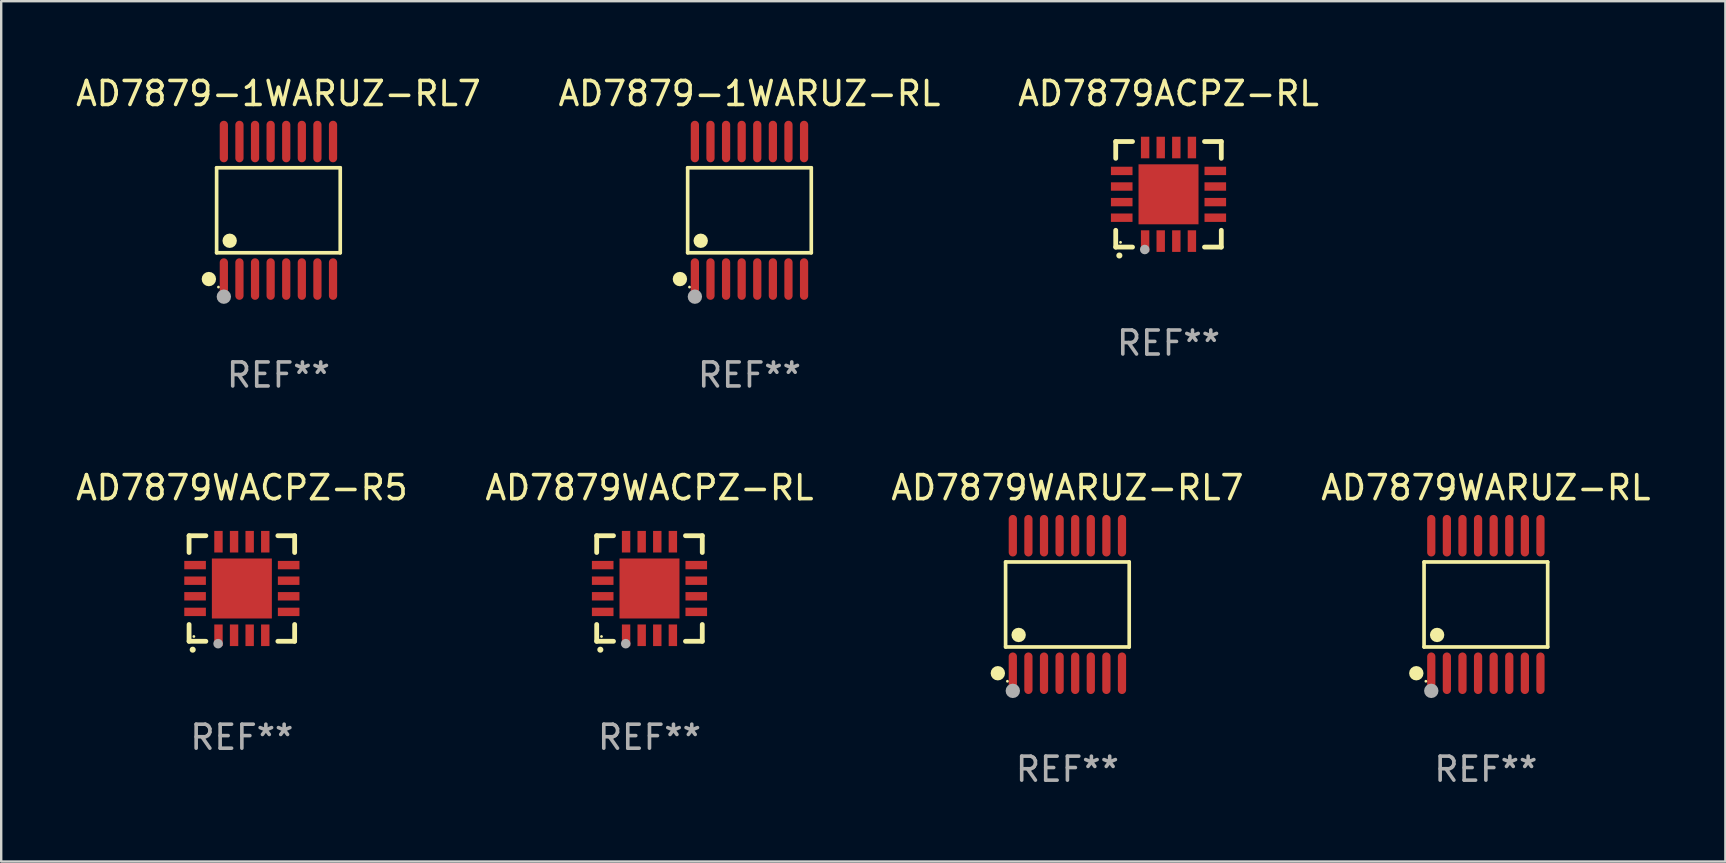
<source format=kicad_pcb>
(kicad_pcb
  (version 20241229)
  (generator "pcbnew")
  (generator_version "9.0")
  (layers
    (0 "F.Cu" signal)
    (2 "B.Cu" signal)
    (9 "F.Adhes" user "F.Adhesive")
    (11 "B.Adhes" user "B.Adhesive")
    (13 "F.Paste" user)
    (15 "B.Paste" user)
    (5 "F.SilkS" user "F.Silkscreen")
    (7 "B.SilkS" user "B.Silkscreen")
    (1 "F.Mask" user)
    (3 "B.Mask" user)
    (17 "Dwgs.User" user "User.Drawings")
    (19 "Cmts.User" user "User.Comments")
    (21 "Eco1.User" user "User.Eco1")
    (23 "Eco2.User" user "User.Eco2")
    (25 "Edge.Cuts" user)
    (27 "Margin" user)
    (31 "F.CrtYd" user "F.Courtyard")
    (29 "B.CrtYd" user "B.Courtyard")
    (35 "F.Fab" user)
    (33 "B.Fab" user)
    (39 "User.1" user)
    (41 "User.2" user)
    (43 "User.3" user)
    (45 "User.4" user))
  (footprint "AD7879-1WARUZ-RL"
    (layer "F.Cu")
    (at 28.185 5.714)
    (property "Reference" "AD7879-1WARUZ-RL" (at 0 -4.866 0) (layer "F.SilkS") (effects (font (size 1 1) (thickness 0.15))))
    (attr through_hole)
    (fp_line (start -2.576 -1.772) (end 2.576 -1.772) (stroke (width 0.152) (type solid)) (layer "F.SilkS"))
    (fp_line (start -2.576 1.771) (end -2.576 -1.772) (stroke (width 0.152) (type solid)) (layer "F.SilkS"))
    (fp_line (start 2.576 -1.772) (end 2.576 1.771) (stroke (width 0.152) (type solid)) (layer "F.SilkS"))
    (fp_line (start 2.576 1.771) (end -2.576 1.771) (stroke (width 0.152) (type solid)) (layer "F.SilkS"))
    (fp_circle (center -2.899 2.866) (end -2.749 2.866) (stroke (width 0.3) (type solid)) (fill no) (layer "F.SilkS"))
    (fp_circle (center -2.5 3.2) (end -2.47 3.2) (stroke (width 0.06) (type solid)) (fill no) (layer "F.SilkS"))
    (fp_circle (center -2.032 1.27) (end -1.882 1.27) (stroke (width 0.3) (type solid)) (fill no) (layer "F.SilkS"))
    (fp_circle (center -2.275 3.6) (end -2.125 3.6) (stroke (width 0.3) (type solid)) (fill no) (layer "F.Fab"))
    (fp_text user "REF**" (at 0 6.866 0) (layer "F.Fab") (effects (font (size 1 1) (thickness 0.15))))
    (pad "1" smd oval (at -2.275 2.866) (size 0.343 1.731) (layers "F.Cu" "F.Mask" "F.Paste"))
    (pad "2" smd oval (at -1.625 2.866) (size 0.343 1.731) (layers "F.Cu" "F.Mask" "F.Paste"))
    (pad "3" smd oval (at -0.975 2.866) (size 0.343 1.731) (layers "F.Cu" "F.Mask" "F.Paste"))
    (pad "4" smd oval (at -0.325 2.866) (size 0.343 1.731) (layers "F.Cu" "F.Mask" "F.Paste"))
    (pad "5" smd oval (at 0.325 2.866) (size 0.343 1.731) (layers "F.Cu" "F.Mask" "F.Paste"))
    (pad "6" smd oval (at 0.975 2.866) (size 0.343 1.731) (layers "F.Cu" "F.Mask" "F.Paste"))
    (pad "7" smd oval (at 1.625 2.866) (size 0.343 1.731) (layers "F.Cu" "F.Mask" "F.Paste"))
    (pad "8" smd oval (at 2.275 2.866) (size 0.343 1.731) (layers "F.Cu" "F.Mask" "F.Paste"))
    (pad "9" smd oval (at 2.275 -2.866) (size 0.343 1.731) (layers "F.Cu" "F.Mask" "F.Paste"))
    (pad "10" smd oval (at 1.625 -2.866) (size 0.343 1.731) (layers "F.Cu" "F.Mask" "F.Paste"))
    (pad "11" smd oval (at 0.975 -2.866) (size 0.343 1.731) (layers "F.Cu" "F.Mask" "F.Paste"))
    (pad "12" smd oval (at 0.325 -2.866) (size 0.343 1.731) (layers "F.Cu" "F.Mask" "F.Paste"))
    (pad "13" smd oval (at -0.325 -2.866) (size 0.343 1.731) (layers "F.Cu" "F.Mask" "F.Paste"))
    (pad "14" smd oval (at -0.975 -2.866) (size 0.343 1.731) (layers "F.Cu" "F.Mask" "F.Paste"))
    (pad "15" smd oval (at -1.625 -2.866) (size 0.343 1.731) (layers "F.Cu" "F.Mask" "F.Paste"))
    (pad "16" smd oval (at -2.275 -2.866) (size 0.343 1.731) (layers "F.Cu" "F.Mask" "F.Paste")))
  (footprint "AD7879WACPZ-R5"
    (layer "F.Cu")
    (at 7.03 21.476)
    (property "Reference" "AD7879WACPZ-R5" (at 0 -4.2 0) (layer "F.SilkS") (effects (font (size 1 1) (thickness 0.15))))
    (attr through_hole)
    (fp_line (start -2.2 -2.2) (end -1.5 -2.2) (stroke (width 0.2) (type solid)) (layer "F.SilkS"))
    (fp_line (start -2.2 -1.5) (end -2.2 -2.2) (stroke (width 0.2) (type solid)) (layer "F.SilkS"))
    (fp_line (start -2.2 2.2) (end -2.2 1.5) (stroke (width 0.2) (type solid)) (layer "F.SilkS"))
    (fp_line (start -1.5 2.2) (end -2.2 2.2) (stroke (width 0.2) (type solid)) (layer "F.SilkS"))
    (fp_line (start 1.5 2.2) (end 2.2 2.2) (stroke (width 0.2) (type solid)) (layer "F.SilkS"))
    (fp_line (start 2.2 -2.2) (end 1.5 -2.2) (stroke (width 0.2) (type solid)) (layer "F.SilkS"))
    (fp_line (start 2.2 -1.5) (end 2.2 -2.2) (stroke (width 0.2) (type solid)) (layer "F.SilkS"))
    (fp_line (start 2.2 2.2) (end 2.2 1.5) (stroke (width 0.2) (type solid)) (layer "F.SilkS"))
    (fp_arc (start -2.049784 2.550165) (mid -2.048514 2.550159) (end -2.047244 2.550165) (stroke (width 0.25) (type solid)) (layer "F.SilkS"))
    (fp_circle (center -2 2) (end -1.97 2) (stroke (width 0.06) (type solid)) (fill no) (layer "F.SilkS"))
    (fp_circle (center -0.99 2.3) (end -0.89 2.3) (stroke (width 0.2) (type solid)) (fill no) (layer "F.Fab"))
    (fp_text user "REF**" (at 0 6.2 0) (layer "F.Fab") (effects (font (size 1 1) (thickness 0.15))))
    (pad "1" smd rect (at -0.975 1.95 180) (size 0.35 0.9) (layers "F.Cu" "F.Mask" "F.Paste"))
    (pad "2" smd rect (at -0.325 1.95 180) (size 0.35 0.9) (layers "F.Cu" "F.Mask" "F.Paste"))
    (pad "3" smd rect (at 0.325 1.95 180) (size 0.35 0.9) (layers "F.Cu" "F.Mask" "F.Paste"))
    (pad "4" smd rect (at 0.975 1.95 180) (size 0.35 0.9) (layers "F.Cu" "F.Mask" "F.Paste"))
    (pad "5" smd rect (at 1.95 0.975 90) (size 0.35 0.9) (layers "F.Cu" "F.Mask" "F.Paste"))
    (pad "6" smd rect (at 1.95 0.325 90) (size 0.35 0.9) (layers "F.Cu" "F.Mask" "F.Paste"))
    (pad "7" smd rect (at 1.95 -0.325 90) (size 0.35 0.9) (layers "F.Cu" "F.Mask" "F.Paste"))
    (pad "8" smd rect (at 1.95 -0.975 90) (size 0.35 0.9) (layers "F.Cu" "F.Mask" "F.Paste"))
    (pad "9" smd rect (at 0.975 -1.95 180) (size 0.35 0.9) (layers "F.Cu" "F.Mask" "F.Paste"))
    (pad "10" smd rect (at 0.325 -1.95 180) (size 0.35 0.9) (layers "F.Cu" "F.Mask" "F.Paste"))
    (pad "11" smd rect (at -0.325 -1.95 180) (size 0.35 0.9) (layers "F.Cu" "F.Mask" "F.Paste"))
    (pad "12" smd rect (at -0.975 -1.95 180) (size 0.35 0.9) (layers "F.Cu" "F.Mask" "F.Paste"))
    (pad "13" smd rect (at -1.95 -0.975 90) (size 0.35 0.9) (layers "F.Cu" "F.Mask" "F.Paste"))
    (pad "14" smd rect (at -1.95 -0.325 90) (size 0.35 0.9) (layers "F.Cu" "F.Mask" "F.Paste"))
    (pad "15" smd rect (at -1.95 0.325 90) (size 0.35 0.9) (layers "F.Cu" "F.Mask" "F.Paste"))
    (pad "16" smd rect (at -1.95 0.975 90) (size 0.35 0.9) (layers "F.Cu" "F.Mask" "F.Paste"))
    (pad "17" smd rect (at 0.000051 0.000051 90) (size 2.5 2.5) (layers "F.Cu" "F.Mask" "F.Paste")))
  (footprint "AD7879WARUZ-RL7"
    (layer "F.Cu")
    (at 41.435 22.142)
    (property "Reference" "AD7879WARUZ-RL7" (at 0 -4.866 0) (layer "F.SilkS") (effects (font (size 1 1) (thickness 0.15))))
    (attr through_hole)
    (fp_line (start -2.576 -1.772) (end 2.576 -1.772) (stroke (width 0.152) (type solid)) (layer "F.SilkS"))
    (fp_line (start -2.576 1.771) (end -2.576 -1.772) (stroke (width 0.152) (type solid)) (layer "F.SilkS"))
    (fp_line (start 2.576 -1.772) (end 2.576 1.771) (stroke (width 0.152) (type solid)) (layer "F.SilkS"))
    (fp_line (start 2.576 1.771) (end -2.576 1.771) (stroke (width 0.152) (type solid)) (layer "F.SilkS"))
    (fp_circle (center -2.899 2.866) (end -2.749 2.866) (stroke (width 0.3) (type solid)) (fill no) (layer "F.SilkS"))
    (fp_circle (center -2.5 3.2) (end -2.47 3.2) (stroke (width 0.06) (type solid)) (fill no) (layer "F.SilkS"))
    (fp_circle (center -2.032 1.27) (end -1.882 1.27) (stroke (width 0.3) (type solid)) (fill no) (layer "F.SilkS"))
    (fp_circle (center -2.275 3.6) (end -2.125 3.6) (stroke (width 0.3) (type solid)) (fill no) (layer "F.Fab"))
    (fp_text user "REF**" (at 0 6.866 0) (layer "F.Fab") (effects (font (size 1 1) (thickness 0.15))))
    (pad "1" smd oval (at -2.275 2.866) (size 0.343 1.731) (layers "F.Cu" "F.Mask" "F.Paste"))
    (pad "2" smd oval (at -1.625 2.866) (size 0.343 1.731) (layers "F.Cu" "F.Mask" "F.Paste"))
    (pad "3" smd oval (at -0.975 2.866) (size 0.343 1.731) (layers "F.Cu" "F.Mask" "F.Paste"))
    (pad "4" smd oval (at -0.325 2.866) (size 0.343 1.731) (layers "F.Cu" "F.Mask" "F.Paste"))
    (pad "5" smd oval (at 0.325 2.866) (size 0.343 1.731) (layers "F.Cu" "F.Mask" "F.Paste"))
    (pad "6" smd oval (at 0.975 2.866) (size 0.343 1.731) (layers "F.Cu" "F.Mask" "F.Paste"))
    (pad "7" smd oval (at 1.625 2.866) (size 0.343 1.731) (layers "F.Cu" "F.Mask" "F.Paste"))
    (pad "8" smd oval (at 2.275 2.866) (size 0.343 1.731) (layers "F.Cu" "F.Mask" "F.Paste"))
    (pad "9" smd oval (at 2.275 -2.866) (size 0.343 1.731) (layers "F.Cu" "F.Mask" "F.Paste"))
    (pad "10" smd oval (at 1.625 -2.866) (size 0.343 1.731) (layers "F.Cu" "F.Mask" "F.Paste"))
    (pad "11" smd oval (at 0.975 -2.866) (size 0.343 1.731) (layers "F.Cu" "F.Mask" "F.Paste"))
    (pad "12" smd oval (at 0.325 -2.866) (size 0.343 1.731) (layers "F.Cu" "F.Mask" "F.Paste"))
    (pad "13" smd oval (at -0.325 -2.866) (size 0.343 1.731) (layers "F.Cu" "F.Mask" "F.Paste"))
    (pad "14" smd oval (at -0.975 -2.866) (size 0.343 1.731) (layers "F.Cu" "F.Mask" "F.Paste"))
    (pad "15" smd oval (at -1.625 -2.866) (size 0.343 1.731) (layers "F.Cu" "F.Mask" "F.Paste"))
    (pad "16" smd oval (at -2.275 -2.866) (size 0.343 1.731) (layers "F.Cu" "F.Mask" "F.Paste")))
  (footprint "AD7879ACPZ-RL"
    (layer "F.Cu")
    (at 45.649 5.048)
    (property "Reference" "AD7879ACPZ-RL" (at 0 -4.2 0) (layer "F.SilkS") (effects (font (size 1 1) (thickness 0.15))))
    (attr through_hole)
    (fp_line (start -2.2 -2.2) (end -1.5 -2.2) (stroke (width 0.2) (type solid)) (layer "F.SilkS"))
    (fp_line (start -2.2 -1.5) (end -2.2 -2.2) (stroke (width 0.2) (type solid)) (layer "F.SilkS"))
    (fp_line (start -2.2 2.2) (end -2.2 1.5) (stroke (width 0.2) (type solid)) (layer "F.SilkS"))
    (fp_line (start -1.5 2.2) (end -2.2 2.2) (stroke (width 0.2) (type solid)) (layer "F.SilkS"))
    (fp_line (start 1.5 2.2) (end 2.2 2.2) (stroke (width 0.2) (type solid)) (layer "F.SilkS"))
    (fp_line (start 2.2 -2.2) (end 1.5 -2.2) (stroke (width 0.2) (type solid)) (layer "F.SilkS"))
    (fp_line (start 2.2 -1.5) (end 2.2 -2.2) (stroke (width 0.2) (type solid)) (layer "F.SilkS"))
    (fp_line (start 2.2 2.2) (end 2.2 1.5) (stroke (width 0.2) (type solid)) (layer "F.SilkS"))
    (fp_arc (start -2.049784 2.550165) (mid -2.048514 2.550159) (end -2.047244 2.550165) (stroke (width 0.25) (type solid)) (layer "F.SilkS"))
    (fp_circle (center -2 2) (end -1.97 2) (stroke (width 0.06) (type solid)) (fill no) (layer "F.SilkS"))
    (fp_circle (center -0.99 2.3) (end -0.89 2.3) (stroke (width 0.2) (type solid)) (fill no) (layer "F.Fab"))
    (fp_text user "REF**" (at 0 6.2 0) (layer "F.Fab") (effects (font (size 1 1) (thickness 0.15))))
    (pad "1" smd rect (at -0.975 1.95 180) (size 0.35 0.9) (layers "F.Cu" "F.Mask" "F.Paste"))
    (pad "2" smd rect (at -0.325 1.95 180) (size 0.35 0.9) (layers "F.Cu" "F.Mask" "F.Paste"))
    (pad "3" smd rect (at 0.325 1.95 180) (size 0.35 0.9) (layers "F.Cu" "F.Mask" "F.Paste"))
    (pad "4" smd rect (at 0.975 1.95 180) (size 0.35 0.9) (layers "F.Cu" "F.Mask" "F.Paste"))
    (pad "5" smd rect (at 1.95 0.975 90) (size 0.35 0.9) (layers "F.Cu" "F.Mask" "F.Paste"))
    (pad "6" smd rect (at 1.95 0.325 90) (size 0.35 0.9) (layers "F.Cu" "F.Mask" "F.Paste"))
    (pad "7" smd rect (at 1.95 -0.325 90) (size 0.35 0.9) (layers "F.Cu" "F.Mask" "F.Paste"))
    (pad "8" smd rect (at 1.95 -0.975 90) (size 0.35 0.9) (layers "F.Cu" "F.Mask" "F.Paste"))
    (pad "9" smd rect (at 0.975 -1.95 180) (size 0.35 0.9) (layers "F.Cu" "F.Mask" "F.Paste"))
    (pad "10" smd rect (at 0.325 -1.95 180) (size 0.35 0.9) (layers "F.Cu" "F.Mask" "F.Paste"))
    (pad "11" smd rect (at -0.325 -1.95 180) (size 0.35 0.9) (layers "F.Cu" "F.Mask" "F.Paste"))
    (pad "12" smd rect (at -0.975 -1.95 180) (size 0.35 0.9) (layers "F.Cu" "F.Mask" "F.Paste"))
    (pad "13" smd rect (at -1.95 -0.975 90) (size 0.35 0.9) (layers "F.Cu" "F.Mask" "F.Paste"))
    (pad "14" smd rect (at -1.95 -0.325 90) (size 0.35 0.9) (layers "F.Cu" "F.Mask" "F.Paste"))
    (pad "15" smd rect (at -1.95 0.325 90) (size 0.35 0.9) (layers "F.Cu" "F.Mask" "F.Paste"))
    (pad "16" smd rect (at -1.95 0.975 90) (size 0.35 0.9) (layers "F.Cu" "F.Mask" "F.Paste"))
    (pad "17" smd rect (at 0.000051 0.000051 90) (size 2.5 2.5) (layers "F.Cu" "F.Mask" "F.Paste")))
  (footprint "AD7879WARUZ-RL"
    (layer "F.Cu")
    (at 58.875 22.142)
    (property "Reference" "AD7879WARUZ-RL" (at 0 -4.866 0) (layer "F.SilkS") (effects (font (size 1 1) (thickness 0.15))))
    (attr through_hole)
    (fp_line (start -2.576 -1.772) (end 2.576 -1.772) (stroke (width 0.152) (type solid)) (layer "F.SilkS"))
    (fp_line (start -2.576 1.771) (end -2.576 -1.772) (stroke (width 0.152) (type solid)) (layer "F.SilkS"))
    (fp_line (start 2.576 -1.772) (end 2.576 1.771) (stroke (width 0.152) (type solid)) (layer "F.SilkS"))
    (fp_line (start 2.576 1.771) (end -2.576 1.771) (stroke (width 0.152) (type solid)) (layer "F.SilkS"))
    (fp_circle (center -2.899 2.866) (end -2.749 2.866) (stroke (width 0.3) (type solid)) (fill no) (layer "F.SilkS"))
    (fp_circle (center -2.5 3.2) (end -2.47 3.2) (stroke (width 0.06) (type solid)) (fill no) (layer "F.SilkS"))
    (fp_circle (center -2.032 1.27) (end -1.882 1.27) (stroke (width 0.3) (type solid)) (fill no) (layer "F.SilkS"))
    (fp_circle (center -2.275 3.6) (end -2.125 3.6) (stroke (width 0.3) (type solid)) (fill no) (layer "F.Fab"))
    (fp_text user "REF**" (at 0 6.866 0) (layer "F.Fab") (effects (font (size 1 1) (thickness 0.15))))
    (pad "1" smd oval (at -2.275 2.866) (size 0.343 1.731) (layers "F.Cu" "F.Mask" "F.Paste"))
    (pad "2" smd oval (at -1.625 2.866) (size 0.343 1.731) (layers "F.Cu" "F.Mask" "F.Paste"))
    (pad "3" smd oval (at -0.975 2.866) (size 0.343 1.731) (layers "F.Cu" "F.Mask" "F.Paste"))
    (pad "4" smd oval (at -0.325 2.866) (size 0.343 1.731) (layers "F.Cu" "F.Mask" "F.Paste"))
    (pad "5" smd oval (at 0.325 2.866) (size 0.343 1.731) (layers "F.Cu" "F.Mask" "F.Paste"))
    (pad "6" smd oval (at 0.975 2.866) (size 0.343 1.731) (layers "F.Cu" "F.Mask" "F.Paste"))
    (pad "7" smd oval (at 1.625 2.866) (size 0.343 1.731) (layers "F.Cu" "F.Mask" "F.Paste"))
    (pad "8" smd oval (at 2.275 2.866) (size 0.343 1.731) (layers "F.Cu" "F.Mask" "F.Paste"))
    (pad "9" smd oval (at 2.275 -2.866) (size 0.343 1.731) (layers "F.Cu" "F.Mask" "F.Paste"))
    (pad "10" smd oval (at 1.625 -2.866) (size 0.343 1.731) (layers "F.Cu" "F.Mask" "F.Paste"))
    (pad "11" smd oval (at 0.975 -2.866) (size 0.343 1.731) (layers "F.Cu" "F.Mask" "F.Paste"))
    (pad "12" smd oval (at 0.325 -2.866) (size 0.343 1.731) (layers "F.Cu" "F.Mask" "F.Paste"))
    (pad "13" smd oval (at -0.325 -2.866) (size 0.343 1.731) (layers "F.Cu" "F.Mask" "F.Paste"))
    (pad "14" smd oval (at -0.975 -2.866) (size 0.343 1.731) (layers "F.Cu" "F.Mask" "F.Paste"))
    (pad "15" smd oval (at -1.625 -2.866) (size 0.343 1.731) (layers "F.Cu" "F.Mask" "F.Paste"))
    (pad "16" smd oval (at -2.275 -2.866) (size 0.343 1.731) (layers "F.Cu" "F.Mask" "F.Paste")))
  (footprint "AD7879-1WARUZ-RL7"
    (layer "F.Cu")
    (at 8.554 5.714)
    (property "Reference" "AD7879-1WARUZ-RL7" (at 0 -4.866 0) (layer "F.SilkS") (effects (font (size 1 1) (thickness 0.15))))
    (attr through_hole)
    (fp_line (start -2.576 -1.772) (end 2.576 -1.772) (stroke (width 0.152) (type solid)) (layer "F.SilkS"))
    (fp_line (start -2.576 1.771) (end -2.576 -1.772) (stroke (width 0.152) (type solid)) (layer "F.SilkS"))
    (fp_line (start 2.576 -1.772) (end 2.576 1.771) (stroke (width 0.152) (type solid)) (layer "F.SilkS"))
    (fp_line (start 2.576 1.771) (end -2.576 1.771) (stroke (width 0.152) (type solid)) (layer "F.SilkS"))
    (fp_circle (center -2.899 2.866) (end -2.749 2.866) (stroke (width 0.3) (type solid)) (fill no) (layer "F.SilkS"))
    (fp_circle (center -2.5 3.2) (end -2.47 3.2) (stroke (width 0.06) (type solid)) (fill no) (layer "F.SilkS"))
    (fp_circle (center -2.032 1.27) (end -1.882 1.27) (stroke (width 0.3) (type solid)) (fill no) (layer "F.SilkS"))
    (fp_circle (center -2.275 3.6) (end -2.125 3.6) (stroke (width 0.3) (type solid)) (fill no) (layer "F.Fab"))
    (fp_text user "REF**" (at 0 6.866 0) (layer "F.Fab") (effects (font (size 1 1) (thickness 0.15))))
    (pad "1" smd oval (at -2.275 2.866) (size 0.343 1.731) (layers "F.Cu" "F.Mask" "F.Paste"))
    (pad "2" smd oval (at -1.625 2.866) (size 0.343 1.731) (layers "F.Cu" "F.Mask" "F.Paste"))
    (pad "3" smd oval (at -0.975 2.866) (size 0.343 1.731) (layers "F.Cu" "F.Mask" "F.Paste"))
    (pad "4" smd oval (at -0.325 2.866) (size 0.343 1.731) (layers "F.Cu" "F.Mask" "F.Paste"))
    (pad "5" smd oval (at 0.325 2.866) (size 0.343 1.731) (layers "F.Cu" "F.Mask" "F.Paste"))
    (pad "6" smd oval (at 0.975 2.866) (size 0.343 1.731) (layers "F.Cu" "F.Mask" "F.Paste"))
    (pad "7" smd oval (at 1.625 2.866) (size 0.343 1.731) (layers "F.Cu" "F.Mask" "F.Paste"))
    (pad "8" smd oval (at 2.275 2.866) (size 0.343 1.731) (layers "F.Cu" "F.Mask" "F.Paste"))
    (pad "9" smd oval (at 2.275 -2.866) (size 0.343 1.731) (layers "F.Cu" "F.Mask" "F.Paste"))
    (pad "10" smd oval (at 1.625 -2.866) (size 0.343 1.731) (layers "F.Cu" "F.Mask" "F.Paste"))
    (pad "11" smd oval (at 0.975 -2.866) (size 0.343 1.731) (layers "F.Cu" "F.Mask" "F.Paste"))
    (pad "12" smd oval (at 0.325 -2.866) (size 0.343 1.731) (layers "F.Cu" "F.Mask" "F.Paste"))
    (pad "13" smd oval (at -0.325 -2.866) (size 0.343 1.731) (layers "F.Cu" "F.Mask" "F.Paste"))
    (pad "14" smd oval (at -0.975 -2.866) (size 0.343 1.731) (layers "F.Cu" "F.Mask" "F.Paste"))
    (pad "15" smd oval (at -1.625 -2.866) (size 0.343 1.731) (layers "F.Cu" "F.Mask" "F.Paste"))
    (pad "16" smd oval (at -2.275 -2.866) (size 0.343 1.731) (layers "F.Cu" "F.Mask" "F.Paste")))
  (footprint "AD7879WACPZ-RL"
    (layer "F.Cu")
    (at 24.018 21.476)
    (property "Reference" "AD7879WACPZ-RL" (at 0 -4.2 0) (layer "F.SilkS") (effects (font (size 1 1) (thickness 0.15))))
    (attr through_hole)
    (fp_line (start -2.2 -2.2) (end -1.5 -2.2) (stroke (width 0.2) (type solid)) (layer "F.SilkS"))
    (fp_line (start -2.2 -1.5) (end -2.2 -2.2) (stroke (width 0.2) (type solid)) (layer "F.SilkS"))
    (fp_line (start -2.2 2.2) (end -2.2 1.5) (stroke (width 0.2) (type solid)) (layer "F.SilkS"))
    (fp_line (start -1.5 2.2) (end -2.2 2.2) (stroke (width 0.2) (type solid)) (layer "F.SilkS"))
    (fp_line (start 1.5 2.2) (end 2.2 2.2) (stroke (width 0.2) (type solid)) (layer "F.SilkS"))
    (fp_line (start 2.2 -2.2) (end 1.5 -2.2) (stroke (width 0.2) (type solid)) (layer "F.SilkS"))
    (fp_line (start 2.2 -1.5) (end 2.2 -2.2) (stroke (width 0.2) (type solid)) (layer "F.SilkS"))
    (fp_line (start 2.2 2.2) (end 2.2 1.5) (stroke (width 0.2) (type solid)) (layer "F.SilkS"))
    (fp_arc (start -2.049784 2.550165) (mid -2.048514 2.550159) (end -2.047244 2.550165) (stroke (width 0.25) (type solid)) (layer "F.SilkS"))
    (fp_circle (center -2 2) (end -1.97 2) (stroke (width 0.06) (type solid)) (fill no) (layer "F.SilkS"))
    (fp_circle (center -0.99 2.3) (end -0.89 2.3) (stroke (width 0.2) (type solid)) (fill no) (layer "F.Fab"))
    (fp_text user "REF**" (at 0 6.2 0) (layer "F.Fab") (effects (font (size 1 1) (thickness 0.15))))
    (pad "1" smd rect (at -0.975 1.95 180) (size 0.35 0.9) (layers "F.Cu" "F.Mask" "F.Paste"))
    (pad "2" smd rect (at -0.325 1.95 180) (size 0.35 0.9) (layers "F.Cu" "F.Mask" "F.Paste"))
    (pad "3" smd rect (at 0.325 1.95 180) (size 0.35 0.9) (layers "F.Cu" "F.Mask" "F.Paste"))
    (pad "4" smd rect (at 0.975 1.95 180) (size 0.35 0.9) (layers "F.Cu" "F.Mask" "F.Paste"))
    (pad "5" smd rect (at 1.95 0.975 90) (size 0.35 0.9) (layers "F.Cu" "F.Mask" "F.Paste"))
    (pad "6" smd rect (at 1.95 0.325 90) (size 0.35 0.9) (layers "F.Cu" "F.Mask" "F.Paste"))
    (pad "7" smd rect (at 1.95 -0.325 90) (size 0.35 0.9) (layers "F.Cu" "F.Mask" "F.Paste"))
    (pad "8" smd rect (at 1.95 -0.975 90) (size 0.35 0.9) (layers "F.Cu" "F.Mask" "F.Paste"))
    (pad "9" smd rect (at 0.975 -1.95 180) (size 0.35 0.9) (layers "F.Cu" "F.Mask" "F.Paste"))
    (pad "10" smd rect (at 0.325 -1.95 180) (size 0.35 0.9) (layers "F.Cu" "F.Mask" "F.Paste"))
    (pad "11" smd rect (at -0.325 -1.95 180) (size 0.35 0.9) (layers "F.Cu" "F.Mask" "F.Paste"))
    (pad "12" smd rect (at -0.975 -1.95 180) (size 0.35 0.9) (layers "F.Cu" "F.Mask" "F.Paste"))
    (pad "13" smd rect (at -1.95 -0.975 90) (size 0.35 0.9) (layers "F.Cu" "F.Mask" "F.Paste"))
    (pad "14" smd rect (at -1.95 -0.325 90) (size 0.35 0.9) (layers "F.Cu" "F.Mask" "F.Paste"))
    (pad "15" smd rect (at -1.95 0.325 90) (size 0.35 0.9) (layers "F.Cu" "F.Mask" "F.Paste"))
    (pad "16" smd rect (at -1.95 0.975 90) (size 0.35 0.9) (layers "F.Cu" "F.Mask" "F.Paste"))
    (pad "17" smd rect (at 0.000051 0.000051 90) (size 2.5 2.5) (layers "F.Cu" "F.Mask" "F.Paste")))
  (gr_rect
    (start -3 -3)
    (end 68.857 32.856)
    (stroke (width 0.1) (type default))
    (fill no)
    (layer "Edge.Cuts")))
</source>
